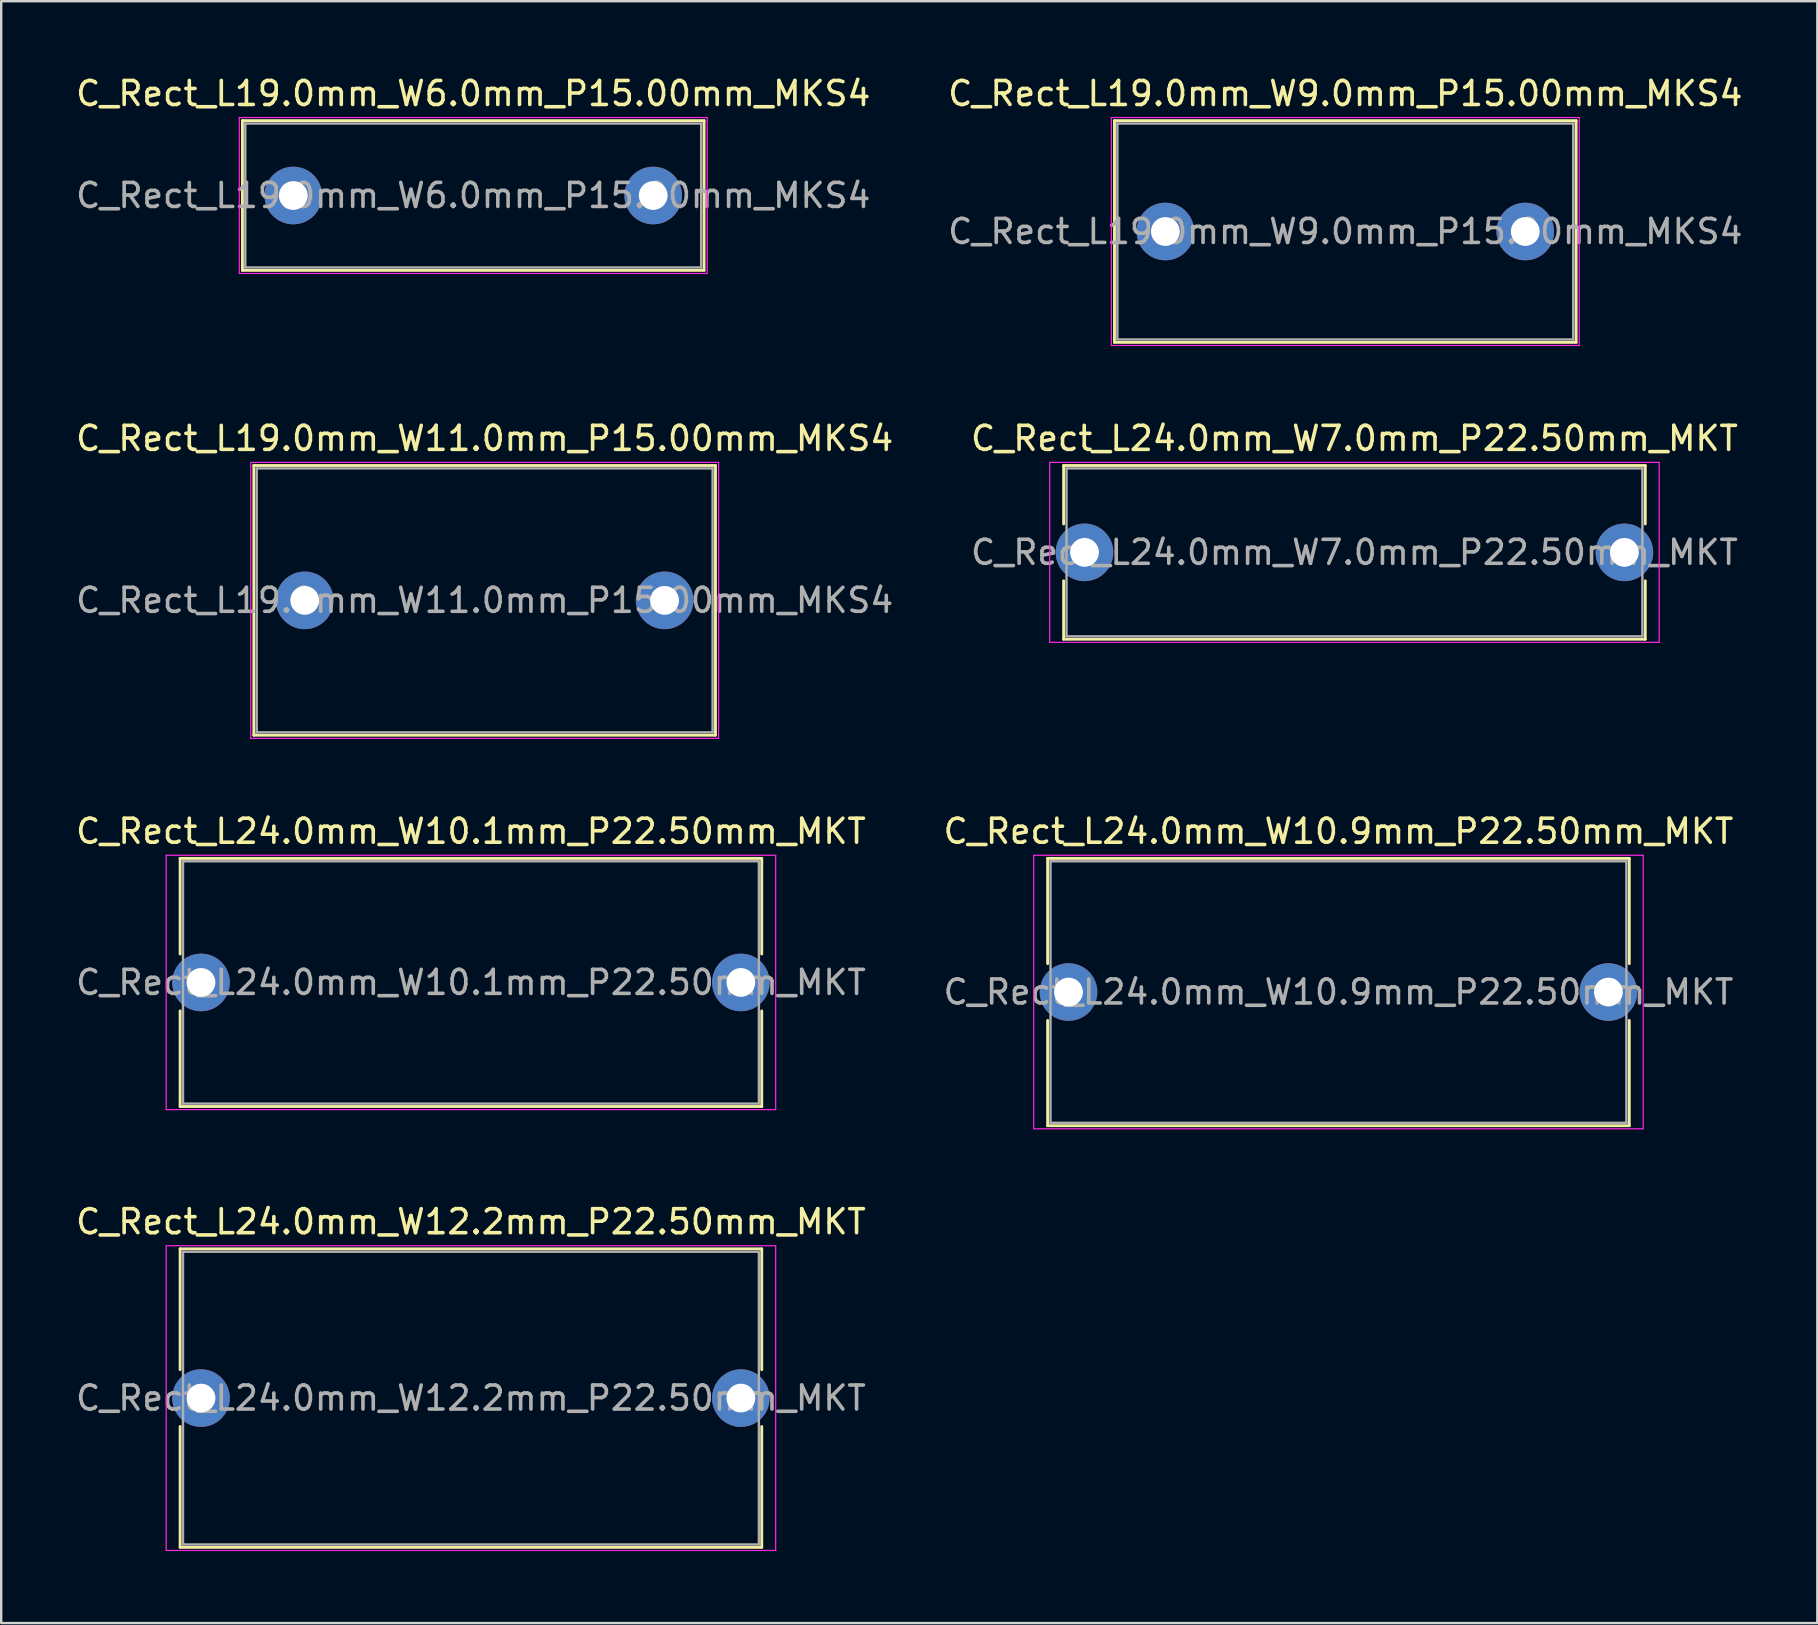
<source format=kicad_pcb>
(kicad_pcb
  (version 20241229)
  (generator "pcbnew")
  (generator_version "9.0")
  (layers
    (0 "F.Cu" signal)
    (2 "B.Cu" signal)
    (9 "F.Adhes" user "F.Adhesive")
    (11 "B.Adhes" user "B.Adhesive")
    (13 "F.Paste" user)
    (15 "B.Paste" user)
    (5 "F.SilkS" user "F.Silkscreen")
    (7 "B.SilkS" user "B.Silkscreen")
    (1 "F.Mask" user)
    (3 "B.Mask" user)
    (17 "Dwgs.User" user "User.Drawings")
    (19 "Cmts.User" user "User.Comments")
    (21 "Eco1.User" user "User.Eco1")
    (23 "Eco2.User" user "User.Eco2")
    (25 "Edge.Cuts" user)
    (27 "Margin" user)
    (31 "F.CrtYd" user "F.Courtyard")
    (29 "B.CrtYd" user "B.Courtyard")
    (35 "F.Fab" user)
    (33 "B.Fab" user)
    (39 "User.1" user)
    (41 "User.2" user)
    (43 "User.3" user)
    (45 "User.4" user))
  (footprint "C_Rect_L24.0mm_W7.0mm_P22.50mm_MKT"
    (layer "F.Cu")
    (at 42.149 19.971)
    (property "Reference" "C_Rect_L24.0mm_W7.0mm_P22.50mm_MKT" (at 11.25 -4.75 0) (layer "F.SilkS") (effects (font (size 1 1) (thickness 0.15))))
    (attr through_hole)
    (fp_line (start -0.87 -3.62) (end -0.87 -1.185) (stroke (width 0.12) (type solid)) (layer "F.SilkS"))
    (fp_line (start -0.87 -3.62) (end 23.37 -3.62) (stroke (width 0.12) (type solid)) (layer "F.SilkS"))
    (fp_line (start -0.87 1.185) (end -0.87 3.62) (stroke (width 0.12) (type solid)) (layer "F.SilkS"))
    (fp_line (start -0.87 3.62) (end 23.37 3.62) (stroke (width 0.12) (type solid)) (layer "F.SilkS"))
    (fp_line (start 23.37 -3.62) (end 23.37 -1.185) (stroke (width 0.12) (type solid)) (layer "F.SilkS"))
    (fp_line (start 23.37 1.185) (end 23.37 3.62) (stroke (width 0.12) (type solid)) (layer "F.SilkS"))
    (fp_line (start -1.45 -3.75) (end -1.45 3.75) (stroke (width 0.05) (type solid)) (layer "F.CrtYd"))
    (fp_line (start -1.45 3.75) (end 23.95 3.75) (stroke (width 0.05) (type solid)) (layer "F.CrtYd"))
    (fp_line (start 23.95 -3.75) (end -1.45 -3.75) (stroke (width 0.05) (type solid)) (layer "F.CrtYd"))
    (fp_line (start 23.95 3.75) (end 23.95 -3.75) (stroke (width 0.05) (type solid)) (layer "F.CrtYd"))
    (fp_line (start -0.75 -3.5) (end -0.75 3.5) (stroke (width 0.1) (type solid)) (layer "F.Fab"))
    (fp_line (start -0.75 3.5) (end 23.25 3.5) (stroke (width 0.1) (type solid)) (layer "F.Fab"))
    (fp_line (start 23.25 -3.5) (end -0.75 -3.5) (stroke (width 0.1) (type solid)) (layer "F.Fab"))
    (fp_line (start 23.25 3.5) (end 23.25 -3.5) (stroke (width 0.1) (type solid)) (layer "F.Fab"))
    (fp_text user "${REFERENCE}" (at 11.25 0 0) (layer "F.Fab") (effects (font (size 1 1) (thickness 0.15))))
    (pad "1" thru_hole circle (at 0 0) (size 2.4 2.4) (drill 1.2) (layers "*.Cu" "*.Mask"))
    (pad "2" thru_hole circle (at 22.5 0) (size 2.4 2.4) (drill 1.2) (layers "*.Cu" "*.Mask")))
  (footprint "C_Rect_L19.0mm_W9.0mm_P15.00mm_MKS4"
    (layer "F.Cu")
    (at 45.518 6.598)
    (property "Reference" "C_Rect_L19.0mm_W9.0mm_P15.00mm_MKS4" (at 7.5 -5.75 0) (layer "F.SilkS") (effects (font (size 1 1) (thickness 0.15))))
    (attr through_hole)
    (fp_line (start -2.12 -4.62) (end -2.12 4.62) (stroke (width 0.12) (type solid)) (layer "F.SilkS"))
    (fp_line (start -2.12 -4.62) (end 17.12 -4.62) (stroke (width 0.12) (type solid)) (layer "F.SilkS"))
    (fp_line (start -2.12 4.62) (end 17.12 4.62) (stroke (width 0.12) (type solid)) (layer "F.SilkS"))
    (fp_line (start 17.12 -4.62) (end 17.12 4.62) (stroke (width 0.12) (type solid)) (layer "F.SilkS"))
    (fp_line (start -2.25 -4.75) (end -2.25 4.75) (stroke (width 0.05) (type solid)) (layer "F.CrtYd"))
    (fp_line (start -2.25 4.75) (end 17.25 4.75) (stroke (width 0.05) (type solid)) (layer "F.CrtYd"))
    (fp_line (start 17.25 -4.75) (end -2.25 -4.75) (stroke (width 0.05) (type solid)) (layer "F.CrtYd"))
    (fp_line (start 17.25 4.75) (end 17.25 -4.75) (stroke (width 0.05) (type solid)) (layer "F.CrtYd"))
    (fp_line (start -2 -4.5) (end -2 4.5) (stroke (width 0.1) (type solid)) (layer "F.Fab"))
    (fp_line (start -2 4.5) (end 17 4.5) (stroke (width 0.1) (type solid)) (layer "F.Fab"))
    (fp_line (start 17 -4.5) (end -2 -4.5) (stroke (width 0.1) (type solid)) (layer "F.Fab"))
    (fp_line (start 17 4.5) (end 17 -4.5) (stroke (width 0.1) (type solid)) (layer "F.Fab"))
    (fp_text user "${REFERENCE}" (at 7.5 0 0) (layer "F.Fab") (effects (font (size 1 1) (thickness 0.15))))
    (pad "1" thru_hole circle (at 0 0) (size 2.4 2.4) (drill 1.2) (layers "*.Cu" "*.Mask"))
    (pad "2" thru_hole circle (at 15 0) (size 2.4 2.4) (drill 1.2) (layers "*.Cu" "*.Mask")))
  (footprint "C_Rect_L19.0mm_W11.0mm_P15.00mm_MKS4"
    (layer "F.Cu")
    (at 9.649 21.971)
    (property "Reference" "C_Rect_L19.0mm_W11.0mm_P15.00mm_MKS4" (at 7.5 -6.75 0) (layer "F.SilkS") (effects (font (size 1 1) (thickness 0.15))))
    (attr through_hole)
    (fp_line (start -2.12 -5.62) (end -2.12 5.62) (stroke (width 0.12) (type solid)) (layer "F.SilkS"))
    (fp_line (start -2.12 -5.62) (end 17.12 -5.62) (stroke (width 0.12) (type solid)) (layer "F.SilkS"))
    (fp_line (start -2.12 5.62) (end 17.12 5.62) (stroke (width 0.12) (type solid)) (layer "F.SilkS"))
    (fp_line (start 17.12 -5.62) (end 17.12 5.62) (stroke (width 0.12) (type solid)) (layer "F.SilkS"))
    (fp_line (start -2.25 -5.75) (end -2.25 5.75) (stroke (width 0.05) (type solid)) (layer "F.CrtYd"))
    (fp_line (start -2.25 5.75) (end 17.25 5.75) (stroke (width 0.05) (type solid)) (layer "F.CrtYd"))
    (fp_line (start 17.25 -5.75) (end -2.25 -5.75) (stroke (width 0.05) (type solid)) (layer "F.CrtYd"))
    (fp_line (start 17.25 5.75) (end 17.25 -5.75) (stroke (width 0.05) (type solid)) (layer "F.CrtYd"))
    (fp_line (start -2 -5.5) (end -2 5.5) (stroke (width 0.1) (type solid)) (layer "F.Fab"))
    (fp_line (start -2 5.5) (end 17 5.5) (stroke (width 0.1) (type solid)) (layer "F.Fab"))
    (fp_line (start 17 -5.5) (end -2 -5.5) (stroke (width 0.1) (type solid)) (layer "F.Fab"))
    (fp_line (start 17 5.5) (end 17 -5.5) (stroke (width 0.1) (type solid)) (layer "F.Fab"))
    (fp_text user "${REFERENCE}" (at 7.5 0 0) (layer "F.Fab") (effects (font (size 1 1) (thickness 0.15))))
    (pad "1" thru_hole circle (at 0 0) (size 2.4 2.4) (drill 1.2) (layers "*.Cu" "*.Mask"))
    (pad "2" thru_hole circle (at 15 0) (size 2.4 2.4) (drill 1.2) (layers "*.Cu" "*.Mask")))
  (footprint "C_Rect_L19.0mm_W6.0mm_P15.00mm_MKS4"
    (layer "F.Cu")
    (at 9.173 5.098)
    (property "Reference" "C_Rect_L19.0mm_W6.0mm_P15.00mm_MKS4" (at 7.5 -4.25 0) (layer "F.SilkS") (effects (font (size 1 1) (thickness 0.15))))
    (attr through_hole)
    (fp_line (start -2.12 -3.12) (end -2.12 3.12) (stroke (width 0.12) (type solid)) (layer "F.SilkS"))
    (fp_line (start -2.12 -3.12) (end 17.12 -3.12) (stroke (width 0.12) (type solid)) (layer "F.SilkS"))
    (fp_line (start -2.12 3.12) (end 17.12 3.12) (stroke (width 0.12) (type solid)) (layer "F.SilkS"))
    (fp_line (start 17.12 -3.12) (end 17.12 3.12) (stroke (width 0.12) (type solid)) (layer "F.SilkS"))
    (fp_line (start -2.25 -3.25) (end -2.25 3.25) (stroke (width 0.05) (type solid)) (layer "F.CrtYd"))
    (fp_line (start -2.25 3.25) (end 17.25 3.25) (stroke (width 0.05) (type solid)) (layer "F.CrtYd"))
    (fp_line (start 17.25 -3.25) (end -2.25 -3.25) (stroke (width 0.05) (type solid)) (layer "F.CrtYd"))
    (fp_line (start 17.25 3.25) (end 17.25 -3.25) (stroke (width 0.05) (type solid)) (layer "F.CrtYd"))
    (fp_line (start -2 -3) (end -2 3) (stroke (width 0.1) (type solid)) (layer "F.Fab"))
    (fp_line (start -2 3) (end 17 3) (stroke (width 0.1) (type solid)) (layer "F.Fab"))
    (fp_line (start 17 -3) (end -2 -3) (stroke (width 0.1) (type solid)) (layer "F.Fab"))
    (fp_line (start 17 3) (end 17 -3) (stroke (width 0.1) (type solid)) (layer "F.Fab"))
    (fp_text user "${REFERENCE}" (at 7.5 0 0) (layer "F.Fab") (effects (font (size 1 1) (thickness 0.15))))
    (pad "1" thru_hole circle (at 0 0) (size 2.4 2.4) (drill 1.2) (layers "*.Cu" "*.Mask"))
    (pad "2" thru_hole circle (at 15 0) (size 2.4 2.4) (drill 1.2) (layers "*.Cu" "*.Mask")))
  (footprint "C_Rect_L24.0mm_W10.9mm_P22.50mm_MKT"
    (layer "F.Cu")
    (at 41.482 38.295)
    (property "Reference" "C_Rect_L24.0mm_W10.9mm_P22.50mm_MKT" (at 11.25 -6.7 0) (layer "F.SilkS") (effects (font (size 1 1) (thickness 0.15))))
    (attr through_hole)
    (fp_line (start -0.87 -5.57) (end -0.87 -1.185) (stroke (width 0.12) (type solid)) (layer "F.SilkS"))
    (fp_line (start -0.87 -5.57) (end 23.37 -5.57) (stroke (width 0.12) (type solid)) (layer "F.SilkS"))
    (fp_line (start -0.87 1.185) (end -0.87 5.57) (stroke (width 0.12) (type solid)) (layer "F.SilkS"))
    (fp_line (start -0.87 5.57) (end 23.37 5.57) (stroke (width 0.12) (type solid)) (layer "F.SilkS"))
    (fp_line (start 23.37 -5.57) (end 23.37 -1.185) (stroke (width 0.12) (type solid)) (layer "F.SilkS"))
    (fp_line (start 23.37 1.185) (end 23.37 5.57) (stroke (width 0.12) (type solid)) (layer "F.SilkS"))
    (fp_line (start -1.45 -5.7) (end -1.45 5.7) (stroke (width 0.05) (type solid)) (layer "F.CrtYd"))
    (fp_line (start -1.45 5.7) (end 23.95 5.7) (stroke (width 0.05) (type solid)) (layer "F.CrtYd"))
    (fp_line (start 23.95 -5.7) (end -1.45 -5.7) (stroke (width 0.05) (type solid)) (layer "F.CrtYd"))
    (fp_line (start 23.95 5.7) (end 23.95 -5.7) (stroke (width 0.05) (type solid)) (layer "F.CrtYd"))
    (fp_line (start -0.75 -5.45) (end -0.75 5.45) (stroke (width 0.1) (type solid)) (layer "F.Fab"))
    (fp_line (start -0.75 5.45) (end 23.25 5.45) (stroke (width 0.1) (type solid)) (layer "F.Fab"))
    (fp_line (start 23.25 -5.45) (end -0.75 -5.45) (stroke (width 0.1) (type solid)) (layer "F.Fab"))
    (fp_line (start 23.25 5.45) (end 23.25 -5.45) (stroke (width 0.1) (type solid)) (layer "F.Fab"))
    (fp_text user "${REFERENCE}" (at 11.25 0 0) (layer "F.Fab") (effects (font (size 1 1) (thickness 0.15))))
    (pad "1" thru_hole circle (at 0 0) (size 2.4 2.4) (drill 1.2) (layers "*.Cu" "*.Mask"))
    (pad "2" thru_hole circle (at 22.5 0) (size 2.4 2.4) (drill 1.2) (layers "*.Cu" "*.Mask")))
  (footprint "C_Rect_L24.0mm_W12.2mm_P22.50mm_MKT"
    (layer "F.Cu")
    (at 5.327 55.218)
    (property "Reference" "C_Rect_L24.0mm_W12.2mm_P22.50mm_MKT" (at 11.25 -7.35 0) (layer "F.SilkS") (effects (font (size 1 1) (thickness 0.15))))
    (attr through_hole)
    (fp_line (start -0.87 -6.22) (end -0.87 -1.185) (stroke (width 0.12) (type solid)) (layer "F.SilkS"))
    (fp_line (start -0.87 -6.22) (end 23.37 -6.22) (stroke (width 0.12) (type solid)) (layer "F.SilkS"))
    (fp_line (start -0.87 1.185) (end -0.87 6.22) (stroke (width 0.12) (type solid)) (layer "F.SilkS"))
    (fp_line (start -0.87 6.22) (end 23.37 6.22) (stroke (width 0.12) (type solid)) (layer "F.SilkS"))
    (fp_line (start 23.37 -6.22) (end 23.37 -1.185) (stroke (width 0.12) (type solid)) (layer "F.SilkS"))
    (fp_line (start 23.37 1.185) (end 23.37 6.22) (stroke (width 0.12) (type solid)) (layer "F.SilkS"))
    (fp_line (start -1.45 -6.35) (end -1.45 6.35) (stroke (width 0.05) (type solid)) (layer "F.CrtYd"))
    (fp_line (start -1.45 6.35) (end 23.95 6.35) (stroke (width 0.05) (type solid)) (layer "F.CrtYd"))
    (fp_line (start 23.95 -6.35) (end -1.45 -6.35) (stroke (width 0.05) (type solid)) (layer "F.CrtYd"))
    (fp_line (start 23.95 6.35) (end 23.95 -6.35) (stroke (width 0.05) (type solid)) (layer "F.CrtYd"))
    (fp_line (start -0.75 -6.1) (end -0.75 6.1) (stroke (width 0.1) (type solid)) (layer "F.Fab"))
    (fp_line (start -0.75 6.1) (end 23.25 6.1) (stroke (width 0.1) (type solid)) (layer "F.Fab"))
    (fp_line (start 23.25 -6.1) (end -0.75 -6.1) (stroke (width 0.1) (type solid)) (layer "F.Fab"))
    (fp_line (start 23.25 6.1) (end 23.25 -6.1) (stroke (width 0.1) (type solid)) (layer "F.Fab"))
    (fp_text user "${REFERENCE}" (at 11.25 0 0) (layer "F.Fab") (effects (font (size 1 1) (thickness 0.15))))
    (pad "1" thru_hole circle (at 0 0) (size 2.4 2.4) (drill 1.2) (layers "*.Cu" "*.Mask"))
    (pad "2" thru_hole circle (at 22.5 0) (size 2.4 2.4) (drill 1.2) (layers "*.Cu" "*.Mask")))
  (footprint "C_Rect_L24.0mm_W10.1mm_P22.50mm_MKT"
    (layer "F.Cu")
    (at 5.327 37.895)
    (property "Reference" "C_Rect_L24.0mm_W10.1mm_P22.50mm_MKT" (at 11.25 -6.3 0) (layer "F.SilkS") (effects (font (size 1 1) (thickness 0.15))))
    (attr through_hole)
    (fp_line (start -0.87 -5.17) (end -0.87 -1.185) (stroke (width 0.12) (type solid)) (layer "F.SilkS"))
    (fp_line (start -0.87 -5.17) (end 23.37 -5.17) (stroke (width 0.12) (type solid)) (layer "F.SilkS"))
    (fp_line (start -0.87 1.185) (end -0.87 5.17) (stroke (width 0.12) (type solid)) (layer "F.SilkS"))
    (fp_line (start -0.87 5.17) (end 23.37 5.17) (stroke (width 0.12) (type solid)) (layer "F.SilkS"))
    (fp_line (start 23.37 -5.17) (end 23.37 -1.185) (stroke (width 0.12) (type solid)) (layer "F.SilkS"))
    (fp_line (start 23.37 1.185) (end 23.37 5.17) (stroke (width 0.12) (type solid)) (layer "F.SilkS"))
    (fp_line (start -1.45 -5.3) (end -1.45 5.3) (stroke (width 0.05) (type solid)) (layer "F.CrtYd"))
    (fp_line (start -1.45 5.3) (end 23.95 5.3) (stroke (width 0.05) (type solid)) (layer "F.CrtYd"))
    (fp_line (start 23.95 -5.3) (end -1.45 -5.3) (stroke (width 0.05) (type solid)) (layer "F.CrtYd"))
    (fp_line (start 23.95 5.3) (end 23.95 -5.3) (stroke (width 0.05) (type solid)) (layer "F.CrtYd"))
    (fp_line (start -0.75 -5.05) (end -0.75 5.05) (stroke (width 0.1) (type solid)) (layer "F.Fab"))
    (fp_line (start -0.75 5.05) (end 23.25 5.05) (stroke (width 0.1) (type solid)) (layer "F.Fab"))
    (fp_line (start 23.25 -5.05) (end -0.75 -5.05) (stroke (width 0.1) (type solid)) (layer "F.Fab"))
    (fp_line (start 23.25 5.05) (end 23.25 -5.05) (stroke (width 0.1) (type solid)) (layer "F.Fab"))
    (fp_text user "${REFERENCE}" (at 11.25 0 0) (layer "F.Fab") (effects (font (size 1 1) (thickness 0.15))))
    (pad "1" thru_hole circle (at 0 0) (size 2.4 2.4) (drill 1.2) (layers "*.Cu" "*.Mask"))
    (pad "2" thru_hole circle (at 22.5 0) (size 2.4 2.4) (drill 1.2) (layers "*.Cu" "*.Mask")))
  (gr_rect
    (start -3 -3)
    (end 72.69 64.593)
    (stroke (width 0.1) (type default))
    (fill no)
    (layer "Edge.Cuts")))
</source>
